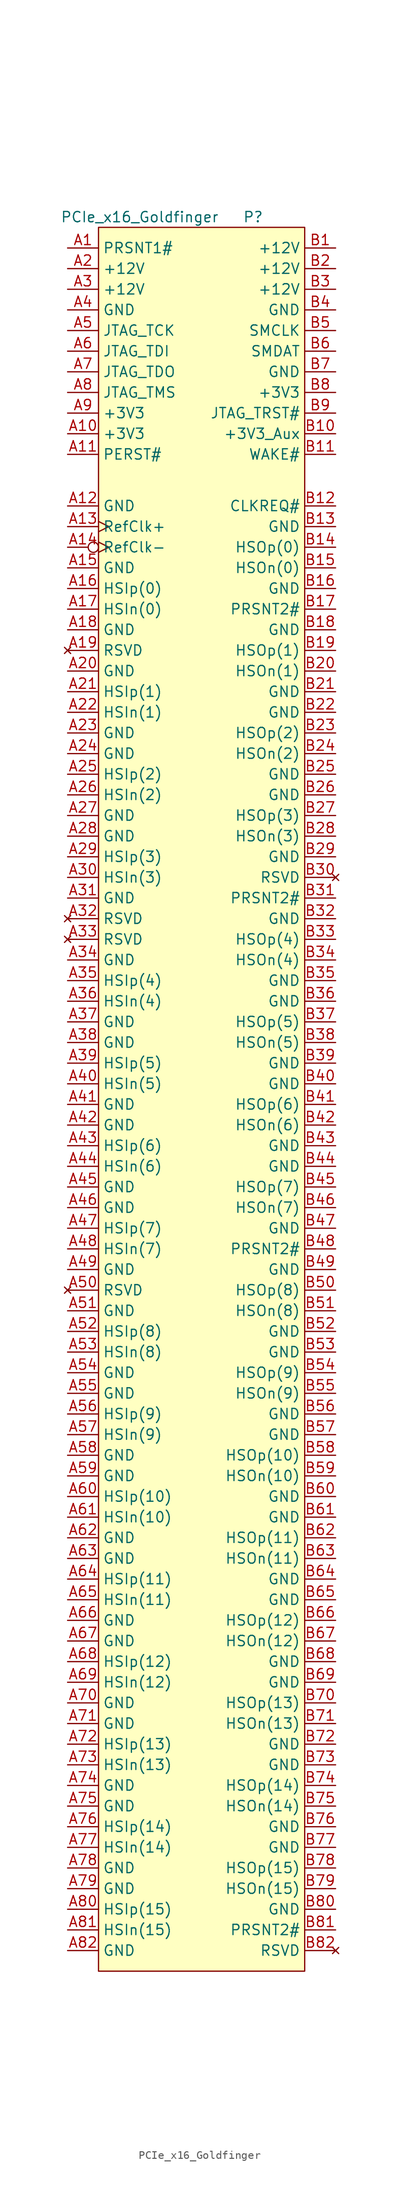
<source format=kicad_sym>
(kicad_symbol_lib
  (version 20231120)
  (generator "kicad_symbol_editor")
  (generator_version "8.0")
  (symbol "PCIe_x16_Goldfinger"
    (property "Reference" "P"
      (at 6.35 31.75 0)
      (effects (font (size 1.27 1.27))))
    (property "Value" "PCIe_x16_Goldfinger"
      (at -7.62 31.75 0)
      (effects (font (size 1.27 1.27))))
    (symbol "PCIe_x16_Goldfinger_0_1"
      (rectangle (start -12.7 30.48) (end 12.7 -184.15) (stroke (width 0) (type default)) (fill (type background))))
    (symbol "PCIe_x16_Goldfinger_1_1"
      (pin passive line (at -16.51 27.94 0) (length 3.81) (name "PRSNT1#" (effects (font (size 1.27 1.27)))) (number "A1" (effects (font (size 1.27 1.27)))))
      (pin passive line (at -16.51 5.08 0) (length 3.81) (name "+3V3" (effects (font (size 1.27 1.27)))) (number "A10" (effects (font (size 1.27 1.27)))))
      (pin passive line (at -16.51 2.54 0) (length 3.81) (name "PERST#" (effects (font (size 1.27 1.27)))) (number "A11" (effects (font (size 1.27 1.27)))))
      (pin passive line (at -16.51 -3.81 0) (length 3.81) (name "GND" (effects (font (size 1.27 1.27)))) (number "A12" (effects (font (size 1.27 1.27)))))
      (pin passive clock (at -16.51 -6.35 0) (length 3.81) (name "RefClk+" (effects (font (size 1.27 1.27)))) (number "A13" (effects (font (size 1.27 1.27)))))
      (pin passive inverted_clock (at -16.51 -8.89 0) (length 3.81) (name "RefClk-" (effects (font (size 1.27 1.27)))) (number "A14" (effects (font (size 1.27 1.27)))))
      (pin passive line (at -16.51 -11.43 0) (length 3.81) (name "GND" (effects (font (size 1.27 1.27)))) (number "A15" (effects (font (size 1.27 1.27)))))
      (pin passive line (at -16.51 -13.97 0) (length 3.81) (name "HSIp(0)" (effects (font (size 1.27 1.27)))) (number "A16" (effects (font (size 1.27 1.27)))))
      (pin passive line (at -16.51 -16.51 0) (length 3.81) (name "HSIn(0)" (effects (font (size 1.27 1.27)))) (number "A17" (effects (font (size 1.27 1.27)))))
      (pin passive line (at -16.51 -19.05 0) (length 3.81) (name "GND" (effects (font (size 1.27 1.27)))) (number "A18" (effects (font (size 1.27 1.27)))))
      (pin no_connect line (at -16.51 -21.59 0) (length 3.81) (name "RSVD" (effects (font (size 1.27 1.27)))) (number "A19" (effects (font (size 1.27 1.27)))))
      (pin passive line (at -16.51 25.4 0) (length 3.81) (name "+12V" (effects (font (size 1.27 1.27)))) (number "A2" (effects (font (size 1.27 1.27)))))
      (pin passive line (at -16.51 -24.13 0) (length 3.81) (name "GND" (effects (font (size 1.27 1.27)))) (number "A20" (effects (font (size 1.27 1.27)))))
      (pin passive line (at -16.51 -26.67 0) (length 3.81) (name "HSIp(1)" (effects (font (size 1.27 1.27)))) (number "A21" (effects (font (size 1.27 1.27)))))
      (pin passive line (at -16.51 -29.21 0) (length 3.81) (name "HSIn(1)" (effects (font (size 1.27 1.27)))) (number "A22" (effects (font (size 1.27 1.27)))))
      (pin passive line (at -16.51 -31.75 0) (length 3.81) (name "GND" (effects (font (size 1.27 1.27)))) (number "A23" (effects (font (size 1.27 1.27)))))
      (pin passive line (at -16.51 -34.29 0) (length 3.81) (name "GND" (effects (font (size 1.27 1.27)))) (number "A24" (effects (font (size 1.27 1.27)))))
      (pin passive line (at -16.51 -36.83 0) (length 3.81) (name "HSIp(2)" (effects (font (size 1.27 1.27)))) (number "A25" (effects (font (size 1.27 1.27)))))
      (pin passive line (at -16.51 -39.37 0) (length 3.81) (name "HSIn(2)" (effects (font (size 1.27 1.27)))) (number "A26" (effects (font (size 1.27 1.27)))))
      (pin passive line (at -16.51 -41.91 0) (length 3.81) (name "GND" (effects (font (size 1.27 1.27)))) (number "A27" (effects (font (size 1.27 1.27)))))
      (pin passive line (at -16.51 -44.45 0) (length 3.81) (name "GND" (effects (font (size 1.27 1.27)))) (number "A28" (effects (font (size 1.27 1.27)))))
      (pin passive line (at -16.51 -46.99 0) (length 3.81) (name "HSIp(3)" (effects (font (size 1.27 1.27)))) (number "A29" (effects (font (size 1.27 1.27)))))
      (pin passive line (at -16.51 22.86 0) (length 3.81) (name "+12V" (effects (font (size 1.27 1.27)))) (number "A3" (effects (font (size 1.27 1.27)))))
      (pin passive line (at -16.51 -49.53 0) (length 3.81) (name "HSIn(3)" (effects (font (size 1.27 1.27)))) (number "A30" (effects (font (size 1.27 1.27)))))
      (pin passive line (at -16.51 -52.07 0) (length 3.81) (name "GND" (effects (font (size 1.27 1.27)))) (number "A31" (effects (font (size 1.27 1.27)))))
      (pin no_connect line (at -16.51 -54.61 0) (length 3.81) (name "RSVD" (effects (font (size 1.27 1.27)))) (number "A32" (effects (font (size 1.27 1.27)))))
      (pin no_connect line (at -16.51 -57.15 0) (length 3.81) (name "RSVD" (effects (font (size 1.27 1.27)))) (number "A33" (effects (font (size 1.27 1.27)))))
      (pin passive line (at -16.51 -59.69 0) (length 3.81) (name "GND" (effects (font (size 1.27 1.27)))) (number "A34" (effects (font (size 1.27 1.27)))))
      (pin passive line (at -16.51 -62.23 0) (length 3.81) (name "HSIp(4)" (effects (font (size 1.27 1.27)))) (number "A35" (effects (font (size 1.27 1.27)))))
      (pin passive line (at -16.51 -64.77 0) (length 3.81) (name "HSIn(4)" (effects (font (size 1.27 1.27)))) (number "A36" (effects (font (size 1.27 1.27)))))
      (pin passive line (at -16.51 -67.31 0) (length 3.81) (name "GND" (effects (font (size 1.27 1.27)))) (number "A37" (effects (font (size 1.27 1.27)))))
      (pin passive line (at -16.51 -69.85 0) (length 3.81) (name "GND" (effects (font (size 1.27 1.27)))) (number "A38" (effects (font (size 1.27 1.27)))))
      (pin passive line (at -16.51 -72.39 0) (length 3.81) (name "HSIp(5)" (effects (font (size 1.27 1.27)))) (number "A39" (effects (font (size 1.27 1.27)))))
      (pin passive line (at -16.51 20.32 0) (length 3.81) (name "GND" (effects (font (size 1.27 1.27)))) (number "A4" (effects (font (size 1.27 1.27)))))
      (pin passive line (at -16.51 -74.93 0) (length 3.81) (name "HSIn(5)" (effects (font (size 1.27 1.27)))) (number "A40" (effects (font (size 1.27 1.27)))))
      (pin passive line (at -16.51 -77.47 0) (length 3.81) (name "GND" (effects (font (size 1.27 1.27)))) (number "A41" (effects (font (size 1.27 1.27)))))
      (pin passive line (at -16.51 -80.01 0) (length 3.81) (name "GND" (effects (font (size 1.27 1.27)))) (number "A42" (effects (font (size 1.27 1.27)))))
      (pin passive line (at -16.51 -82.55 0) (length 3.81) (name "HSIp(6)" (effects (font (size 1.27 1.27)))) (number "A43" (effects (font (size 1.27 1.27)))))
      (pin passive line (at -16.51 -85.09 0) (length 3.81) (name "HSIn(6)" (effects (font (size 1.27 1.27)))) (number "A44" (effects (font (size 1.27 1.27)))))
      (pin passive line (at -16.51 -87.63 0) (length 3.81) (name "GND" (effects (font (size 1.27 1.27)))) (number "A45" (effects (font (size 1.27 1.27)))))
      (pin passive line (at -16.51 -90.17 0) (length 3.81) (name "GND" (effects (font (size 1.27 1.27)))) (number "A46" (effects (font (size 1.27 1.27)))))
      (pin passive line (at -16.51 -92.71 0) (length 3.81) (name "HSIp(7)" (effects (font (size 1.27 1.27)))) (number "A47" (effects (font (size 1.27 1.27)))))
      (pin passive line (at -16.51 -95.25 0) (length 3.81) (name "HSIn(7)" (effects (font (size 1.27 1.27)))) (number "A48" (effects (font (size 1.27 1.27)))))
      (pin passive line (at -16.51 -97.79 0) (length 3.81) (name "GND" (effects (font (size 1.27 1.27)))) (number "A49" (effects (font (size 1.27 1.27)))))
      (pin passive line (at -16.51 17.78 0) (length 3.81) (name "JTAG_TCK" (effects (font (size 1.27 1.27)))) (number "A5" (effects (font (size 1.27 1.27)))))
      (pin no_connect line (at -16.51 -100.33 0) (length 3.81) (name "RSVD" (effects (font (size 1.27 1.27)))) (number "A50" (effects (font (size 1.27 1.27)))))
      (pin passive line (at -16.51 -102.87 0) (length 3.81) (name "GND" (effects (font (size 1.27 1.27)))) (number "A51" (effects (font (size 1.27 1.27)))))
      (pin passive line (at -16.51 -105.41 0) (length 3.81) (name "HSIp(8)" (effects (font (size 1.27 1.27)))) (number "A52" (effects (font (size 1.27 1.27)))))
      (pin passive line (at -16.51 -107.95 0) (length 3.81) (name "HSIn(8)" (effects (font (size 1.27 1.27)))) (number "A53" (effects (font (size 1.27 1.27)))))
      (pin passive line (at -16.51 -110.49 0) (length 3.81) (name "GND" (effects (font (size 1.27 1.27)))) (number "A54" (effects (font (size 1.27 1.27)))))
      (pin passive line (at -16.51 -113.03 0) (length 3.81) (name "GND" (effects (font (size 1.27 1.27)))) (number "A55" (effects (font (size 1.27 1.27)))))
      (pin passive line (at -16.51 -115.57 0) (length 3.81) (name "HSIp(9)" (effects (font (size 1.27 1.27)))) (number "A56" (effects (font (size 1.27 1.27)))))
      (pin passive line (at -16.51 -118.11 0) (length 3.81) (name "HSIn(9)" (effects (font (size 1.27 1.27)))) (number "A57" (effects (font (size 1.27 1.27)))))
      (pin passive line (at -16.51 -120.65 0) (length 3.81) (name "GND" (effects (font (size 1.27 1.27)))) (number "A58" (effects (font (size 1.27 1.27)))))
      (pin passive line (at -16.51 -123.19 0) (length 3.81) (name "GND" (effects (font (size 1.27 1.27)))) (number "A59" (effects (font (size 1.27 1.27)))))
      (pin passive line (at -16.51 15.24 0) (length 3.81) (name "JTAG_TDI" (effects (font (size 1.27 1.27)))) (number "A6" (effects (font (size 1.27 1.27)))))
      (pin passive line (at -16.51 -125.73 0) (length 3.81) (name "HSIp(10)" (effects (font (size 1.27 1.27)))) (number "A60" (effects (font (size 1.27 1.27)))))
      (pin passive line (at -16.51 -128.27 0) (length 3.81) (name "HSIn(10)" (effects (font (size 1.27 1.27)))) (number "A61" (effects (font (size 1.27 1.27)))))
      (pin passive line (at -16.51 -130.81 0) (length 3.81) (name "GND" (effects (font (size 1.27 1.27)))) (number "A62" (effects (font (size 1.27 1.27)))))
      (pin passive line (at -16.51 -133.35 0) (length 3.81) (name "GND" (effects (font (size 1.27 1.27)))) (number "A63" (effects (font (size 1.27 1.27)))))
      (pin passive line (at -16.51 -135.89 0) (length 3.81) (name "HSIp(11)" (effects (font (size 1.27 1.27)))) (number "A64" (effects (font (size 1.27 1.27)))))
      (pin passive line (at -16.51 -138.43 0) (length 3.81) (name "HSIn(11)" (effects (font (size 1.27 1.27)))) (number "A65" (effects (font (size 1.27 1.27)))))
      (pin passive line (at -16.51 -140.97 0) (length 3.81) (name "GND" (effects (font (size 1.27 1.27)))) (number "A66" (effects (font (size 1.27 1.27)))))
      (pin passive line (at -16.51 -143.51 0) (length 3.81) (name "GND" (effects (font (size 1.27 1.27)))) (number "A67" (effects (font (size 1.27 1.27)))))
      (pin passive line (at -16.51 -146.05 0) (length 3.81) (name "HSIp(12)" (effects (font (size 1.27 1.27)))) (number "A68" (effects (font (size 1.27 1.27)))))
      (pin passive line (at -16.51 -148.59 0) (length 3.81) (name "HSIn(12)" (effects (font (size 1.27 1.27)))) (number "A69" (effects (font (size 1.27 1.27)))))
      (pin passive line (at -16.51 12.7 0) (length 3.81) (name "JTAG_TDO" (effects (font (size 1.27 1.27)))) (number "A7" (effects (font (size 1.27 1.27)))))
      (pin passive line (at -16.51 -151.13 0) (length 3.81) (name "GND" (effects (font (size 1.27 1.27)))) (number "A70" (effects (font (size 1.27 1.27)))))
      (pin passive line (at -16.51 -153.67 0) (length 3.81) (name "GND" (effects (font (size 1.27 1.27)))) (number "A71" (effects (font (size 1.27 1.27)))))
      (pin passive line (at -16.51 -156.21 0) (length 3.81) (name "HSIp(13)" (effects (font (size 1.27 1.27)))) (number "A72" (effects (font (size 1.27 1.27)))))
      (pin passive line (at -16.51 -158.75 0) (length 3.81) (name "HSIn(13)" (effects (font (size 1.27 1.27)))) (number "A73" (effects (font (size 1.27 1.27)))))
      (pin passive line (at -16.51 -161.29 0) (length 3.81) (name "GND" (effects (font (size 1.27 1.27)))) (number "A74" (effects (font (size 1.27 1.27)))))
      (pin passive line (at -16.51 -163.83 0) (length 3.81) (name "GND" (effects (font (size 1.27 1.27)))) (number "A75" (effects (font (size 1.27 1.27)))))
      (pin passive line (at -16.51 -166.37 0) (length 3.81) (name "HSIp(14)" (effects (font (size 1.27 1.27)))) (number "A76" (effects (font (size 1.27 1.27)))))
      (pin passive line (at -16.51 -168.91 0) (length 3.81) (name "HSIn(14)" (effects (font (size 1.27 1.27)))) (number "A77" (effects (font (size 1.27 1.27)))))
      (pin passive line (at -16.51 -171.45 0) (length 3.81) (name "GND" (effects (font (size 1.27 1.27)))) (number "A78" (effects (font (size 1.27 1.27)))))
      (pin passive line (at -16.51 -173.99 0) (length 3.81) (name "GND" (effects (font (size 1.27 1.27)))) (number "A79" (effects (font (size 1.27 1.27)))))
      (pin passive line (at -16.51 10.16 0) (length 3.81) (name "JTAG_TMS" (effects (font (size 1.27 1.27)))) (number "A8" (effects (font (size 1.27 1.27)))))
      (pin passive line (at -16.51 -176.53 0) (length 3.81) (name "HSIp(15)" (effects (font (size 1.27 1.27)))) (number "A80" (effects (font (size 1.27 1.27)))))
      (pin passive line (at -16.51 -179.07 0) (length 3.81) (name "HSIn(15)" (effects (font (size 1.27 1.27)))) (number "A81" (effects (font (size 1.27 1.27)))))
      (pin passive line (at -16.51 -181.61 0) (length 3.81) (name "GND" (effects (font (size 1.27 1.27)))) (number "A82" (effects (font (size 1.27 1.27)))))
      (pin passive line (at -16.51 7.62 0) (length 3.81) (name "+3V3" (effects (font (size 1.27 1.27)))) (number "A9" (effects (font (size 1.27 1.27)))))
      (pin passive line (at 16.51 27.94 180) (length 3.81) (name "+12V" (effects (font (size 1.27 1.27)))) (number "B1" (effects (font (size 1.27 1.27)))))
      (pin passive line (at 16.51 5.08 180) (length 3.81) (name "+3V3_Aux" (effects (font (size 1.27 1.27)))) (number "B10" (effects (font (size 1.27 1.27)))))
      (pin passive line (at 16.51 2.54 180) (length 3.81) (name "WAKE#" (effects (font (size 1.27 1.27)))) (number "B11" (effects (font (size 1.27 1.27)))))
      (pin passive line (at 16.51 -3.81 180) (length 3.81) (name "CLKREQ#" (effects (font (size 1.27 1.27)))) (number "B12" (effects (font (size 1.27 1.27)))))
      (pin passive line (at 16.51 -6.35 180) (length 3.81) (name "GND" (effects (font (size 1.27 1.27)))) (number "B13" (effects (font (size 1.27 1.27)))))
      (pin passive line (at 16.51 -8.89 180) (length 3.81) (name "HSOp(0)" (effects (font (size 1.27 1.27)))) (number "B14" (effects (font (size 1.27 1.27)))))
      (pin passive line (at 16.51 -11.43 180) (length 3.81) (name "HSOn(0)" (effects (font (size 1.27 1.27)))) (number "B15" (effects (font (size 1.27 1.27)))))
      (pin passive line (at 16.51 -13.97 180) (length 3.81) (name "GND" (effects (font (size 1.27 1.27)))) (number "B16" (effects (font (size 1.27 1.27)))))
      (pin passive line (at 16.51 -16.51 180) (length 3.81) (name "PRSNT2#" (effects (font (size 1.27 1.27)))) (number "B17" (effects (font (size 1.27 1.27)))))
      (pin passive line (at 16.51 -19.05 180) (length 3.81) (name "GND" (effects (font (size 1.27 1.27)))) (number "B18" (effects (font (size 1.27 1.27)))))
      (pin passive line (at 16.51 -21.59 180) (length 3.81) (name "HSOp(1)" (effects (font (size 1.27 1.27)))) (number "B19" (effects (font (size 1.27 1.27)))))
      (pin passive line (at 16.51 25.4 180) (length 3.81) (name "+12V" (effects (font (size 1.27 1.27)))) (number "B2" (effects (font (size 1.27 1.27)))))
      (pin passive line (at 16.51 -24.13 180) (length 3.81) (name "HSOn(1)" (effects (font (size 1.27 1.27)))) (number "B20" (effects (font (size 1.27 1.27)))))
      (pin passive line (at 16.51 -26.67 180) (length 3.81) (name "GND" (effects (font (size 1.27 1.27)))) (number "B21" (effects (font (size 1.27 1.27)))))
      (pin passive line (at 16.51 -29.21 180) (length 3.81) (name "GND" (effects (font (size 1.27 1.27)))) (number "B22" (effects (font (size 1.27 1.27)))))
      (pin passive line (at 16.51 -31.75 180) (length 3.81) (name "HSOp(2)" (effects (font (size 1.27 1.27)))) (number "B23" (effects (font (size 1.27 1.27)))))
      (pin passive line (at 16.51 -34.29 180) (length 3.81) (name "HSOn(2)" (effects (font (size 1.27 1.27)))) (number "B24" (effects (font (size 1.27 1.27)))))
      (pin passive line (at 16.51 -36.83 180) (length 3.81) (name "GND" (effects (font (size 1.27 1.27)))) (number "B25" (effects (font (size 1.27 1.27)))))
      (pin passive line (at 16.51 -39.37 180) (length 3.81) (name "GND" (effects (font (size 1.27 1.27)))) (number "B26" (effects (font (size 1.27 1.27)))))
      (pin passive line (at 16.51 -41.91 180) (length 3.81) (name "HSOp(3)" (effects (font (size 1.27 1.27)))) (number "B27" (effects (font (size 1.27 1.27)))))
      (pin passive line (at 16.51 -44.45 180) (length 3.81) (name "HSOn(3)" (effects (font (size 1.27 1.27)))) (number "B28" (effects (font (size 1.27 1.27)))))
      (pin passive line (at 16.51 -46.99 180) (length 3.81) (name "GND" (effects (font (size 1.27 1.27)))) (number "B29" (effects (font (size 1.27 1.27)))))
      (pin passive line (at 16.51 22.86 180) (length 3.81) (name "+12V" (effects (font (size 1.27 1.27)))) (number "B3" (effects (font (size 1.27 1.27)))))
      (pin no_connect line (at 16.51 -49.53 180) (length 3.81) (name "RSVD" (effects (font (size 1.27 1.27)))) (number "B30" (effects (font (size 1.27 1.27)))))
      (pin passive line (at 16.51 -52.07 180) (length 3.81) (name "PRSNT2#" (effects (font (size 1.27 1.27)))) (number "B31" (effects (font (size 1.27 1.27)))))
      (pin passive line (at 16.51 -54.61 180) (length 3.81) (name "GND" (effects (font (size 1.27 1.27)))) (number "B32" (effects (font (size 1.27 1.27)))))
      (pin passive line (at 16.51 -57.15 180) (length 3.81) (name "HSOp(4)" (effects (font (size 1.27 1.27)))) (number "B33" (effects (font (size 1.27 1.27)))))
      (pin passive line (at 16.51 -59.69 180) (length 3.81) (name "HSOn(4)" (effects (font (size 1.27 1.27)))) (number "B34" (effects (font (size 1.27 1.27)))))
      (pin passive line (at 16.51 -62.23 180) (length 3.81) (name "GND" (effects (font (size 1.27 1.27)))) (number "B35" (effects (font (size 1.27 1.27)))))
      (pin passive line (at 16.51 -64.77 180) (length 3.81) (name "GND" (effects (font (size 1.27 1.27)))) (number "B36" (effects (font (size 1.27 1.27)))))
      (pin passive line (at 16.51 -67.31 180) (length 3.81) (name "HSOp(5)" (effects (font (size 1.27 1.27)))) (number "B37" (effects (font (size 1.27 1.27)))))
      (pin passive line (at 16.51 -69.85 180) (length 3.81) (name "HSOn(5)" (effects (font (size 1.27 1.27)))) (number "B38" (effects (font (size 1.27 1.27)))))
      (pin passive line (at 16.51 -72.39 180) (length 3.81) (name "GND" (effects (font (size 1.27 1.27)))) (number "B39" (effects (font (size 1.27 1.27)))))
      (pin passive line (at 16.51 20.32 180) (length 3.81) (name "GND" (effects (font (size 1.27 1.27)))) (number "B4" (effects (font (size 1.27 1.27)))))
      (pin passive line (at 16.51 -74.93 180) (length 3.81) (name "GND" (effects (font (size 1.27 1.27)))) (number "B40" (effects (font (size 1.27 1.27)))))
      (pin passive line (at 16.51 -77.47 180) (length 3.81) (name "HSOp(6)" (effects (font (size 1.27 1.27)))) (number "B41" (effects (font (size 1.27 1.27)))))
      (pin passive line (at 16.51 -80.01 180) (length 3.81) (name "HSOn(6)" (effects (font (size 1.27 1.27)))) (number "B42" (effects (font (size 1.27 1.27)))))
      (pin passive line (at 16.51 -82.55 180) (length 3.81) (name "GND" (effects (font (size 1.27 1.27)))) (number "B43" (effects (font (size 1.27 1.27)))))
      (pin passive line (at 16.51 -85.09 180) (length 3.81) (name "GND" (effects (font (size 1.27 1.27)))) (number "B44" (effects (font (size 1.27 1.27)))))
      (pin passive line (at 16.51 -87.63 180) (length 3.81) (name "HSOp(7)" (effects (font (size 1.27 1.27)))) (number "B45" (effects (font (size 1.27 1.27)))))
      (pin passive line (at 16.51 -90.17 180) (length 3.81) (name "HSOn(7)" (effects (font (size 1.27 1.27)))) (number "B46" (effects (font (size 1.27 1.27)))))
      (pin passive line (at 16.51 -92.71 180) (length 3.81) (name "GND" (effects (font (size 1.27 1.27)))) (number "B47" (effects (font (size 1.27 1.27)))))
      (pin passive line (at 16.51 -95.25 180) (length 3.81) (name "PRSNT2#" (effects (font (size 1.27 1.27)))) (number "B48" (effects (font (size 1.27 1.27)))))
      (pin passive line (at 16.51 -97.79 180) (length 3.81) (name "GND" (effects (font (size 1.27 1.27)))) (number "B49" (effects (font (size 1.27 1.27)))))
      (pin passive line (at 16.51 17.78 180) (length 3.81) (name "SMCLK" (effects (font (size 1.27 1.27)))) (number "B5" (effects (font (size 1.27 1.27)))))
      (pin passive line (at 16.51 -100.33 180) (length 3.81) (name "HSOp(8)" (effects (font (size 1.27 1.27)))) (number "B50" (effects (font (size 1.27 1.27)))))
      (pin passive line (at 16.51 -102.87 180) (length 3.81) (name "HSOn(8)" (effects (font (size 1.27 1.27)))) (number "B51" (effects (font (size 1.27 1.27)))))
      (pin passive line (at 16.51 -105.41 180) (length 3.81) (name "GND" (effects (font (size 1.27 1.27)))) (number "B52" (effects (font (size 1.27 1.27)))))
      (pin passive line (at 16.51 -107.95 180) (length 3.81) (name "GND" (effects (font (size 1.27 1.27)))) (number "B53" (effects (font (size 1.27 1.27)))))
      (pin passive line (at 16.51 -110.49 180) (length 3.81) (name "HSOp(9)" (effects (font (size 1.27 1.27)))) (number "B54" (effects (font (size 1.27 1.27)))))
      (pin passive line (at 16.51 -113.03 180) (length 3.81) (name "HSOn(9)" (effects (font (size 1.27 1.27)))) (number "B55" (effects (font (size 1.27 1.27)))))
      (pin passive line (at 16.51 -115.57 180) (length 3.81) (name "GND" (effects (font (size 1.27 1.27)))) (number "B56" (effects (font (size 1.27 1.27)))))
      (pin passive line (at 16.51 -118.11 180) (length 3.81) (name "GND" (effects (font (size 1.27 1.27)))) (number "B57" (effects (font (size 1.27 1.27)))))
      (pin passive line (at 16.51 -120.65 180) (length 3.81) (name "HSOp(10)" (effects (font (size 1.27 1.27)))) (number "B58" (effects (font (size 1.27 1.27)))))
      (pin passive line (at 16.51 -123.19 180) (length 3.81) (name "HSOn(10)" (effects (font (size 1.27 1.27)))) (number "B59" (effects (font (size 1.27 1.27)))))
      (pin passive line (at 16.51 15.24 180) (length 3.81) (name "SMDAT" (effects (font (size 1.27 1.27)))) (number "B6" (effects (font (size 1.27 1.27)))))
      (pin passive line (at 16.51 -125.73 180) (length 3.81) (name "GND" (effects (font (size 1.27 1.27)))) (number "B60" (effects (font (size 1.27 1.27)))))
      (pin passive line (at 16.51 -128.27 180) (length 3.81) (name "GND" (effects (font (size 1.27 1.27)))) (number "B61" (effects (font (size 1.27 1.27)))))
      (pin passive line (at 16.51 -130.81 180) (length 3.81) (name "HSOp(11)" (effects (font (size 1.27 1.27)))) (number "B62" (effects (font (size 1.27 1.27)))))
      (pin passive line (at 16.51 -133.35 180) (length 3.81) (name "HSOn(11)" (effects (font (size 1.27 1.27)))) (number "B63" (effects (font (size 1.27 1.27)))))
      (pin passive line (at 16.51 -135.89 180) (length 3.81) (name "GND" (effects (font (size 1.27 1.27)))) (number "B64" (effects (font (size 1.27 1.27)))))
      (pin passive line (at 16.51 -138.43 180) (length 3.81) (name "GND" (effects (font (size 1.27 1.27)))) (number "B65" (effects (font (size 1.27 1.27)))))
      (pin passive line (at 16.51 -140.97 180) (length 3.81) (name "HSOp(12)" (effects (font (size 1.27 1.27)))) (number "B66" (effects (font (size 1.27 1.27)))))
      (pin passive line (at 16.51 -143.51 180) (length 3.81) (name "HSOn(12)" (effects (font (size 1.27 1.27)))) (number "B67" (effects (font (size 1.27 1.27)))))
      (pin passive line (at 16.51 -146.05 180) (length 3.81) (name "GND" (effects (font (size 1.27 1.27)))) (number "B68" (effects (font (size 1.27 1.27)))))
      (pin passive line (at 16.51 -148.59 180) (length 3.81) (name "GND" (effects (font (size 1.27 1.27)))) (number "B69" (effects (font (size 1.27 1.27)))))
      (pin passive line (at 16.51 12.7 180) (length 3.81) (name "GND" (effects (font (size 1.27 1.27)))) (number "B7" (effects (font (size 1.27 1.27)))))
      (pin passive line (at 16.51 -151.13 180) (length 3.81) (name "HSOp(13)" (effects (font (size 1.27 1.27)))) (number "B70" (effects (font (size 1.27 1.27)))))
      (pin passive line (at 16.51 -153.67 180) (length 3.81) (name "HSOn(13)" (effects (font (size 1.27 1.27)))) (number "B71" (effects (font (size 1.27 1.27)))))
      (pin passive line (at 16.51 -156.21 180) (length 3.81) (name "GND" (effects (font (size 1.27 1.27)))) (number "B72" (effects (font (size 1.27 1.27)))))
      (pin passive line (at 16.51 -158.75 180) (length 3.81) (name "GND" (effects (font (size 1.27 1.27)))) (number "B73" (effects (font (size 1.27 1.27)))))
      (pin passive line (at 16.51 -161.29 180) (length 3.81) (name "HSOp(14)" (effects (font (size 1.27 1.27)))) (number "B74" (effects (font (size 1.27 1.27)))))
      (pin passive line (at 16.51 -163.83 180) (length 3.81) (name "HSOn(14)" (effects (font (size 1.27 1.27)))) (number "B75" (effects (font (size 1.27 1.27)))))
      (pin passive line (at 16.51 -166.37 180) (length 3.81) (name "GND" (effects (font (size 1.27 1.27)))) (number "B76" (effects (font (size 1.27 1.27)))))
      (pin passive line (at 16.51 -168.91 180) (length 3.81) (name "GND" (effects (font (size 1.27 1.27)))) (number "B77" (effects (font (size 1.27 1.27)))))
      (pin passive line (at 16.51 -171.45 180) (length 3.81) (name "HSOp(15)" (effects (font (size 1.27 1.27)))) (number "B78" (effects (font (size 1.27 1.27)))))
      (pin passive line (at 16.51 -173.99 180) (length 3.81) (name "HSOn(15)" (effects (font (size 1.27 1.27)))) (number "B79" (effects (font (size 1.27 1.27)))))
      (pin passive line (at 16.51 10.16 180) (length 3.81) (name "+3V3" (effects (font (size 1.27 1.27)))) (number "B8" (effects (font (size 1.27 1.27)))))
      (pin passive line (at 16.51 -176.53 180) (length 3.81) (name "GND" (effects (font (size 1.27 1.27)))) (number "B80" (effects (font (size 1.27 1.27)))))
      (pin passive line (at 16.51 -179.07 180) (length 3.81) (name "PRSNT2#" (effects (font (size 1.27 1.27)))) (number "B81" (effects (font (size 1.27 1.27)))))
      (pin no_connect line (at 16.51 -181.61 180) (length 3.81) (name "RSVD" (effects (font (size 1.27 1.27)))) (number "B82" (effects (font (size 1.27 1.27)))))
      (pin passive line (at 16.51 7.62 180) (length 3.81) (name "JTAG_TRST#" (effects (font (size 1.27 1.27)))) (number "B9" (effects (font (size 1.27 1.27))))))))
</source>
